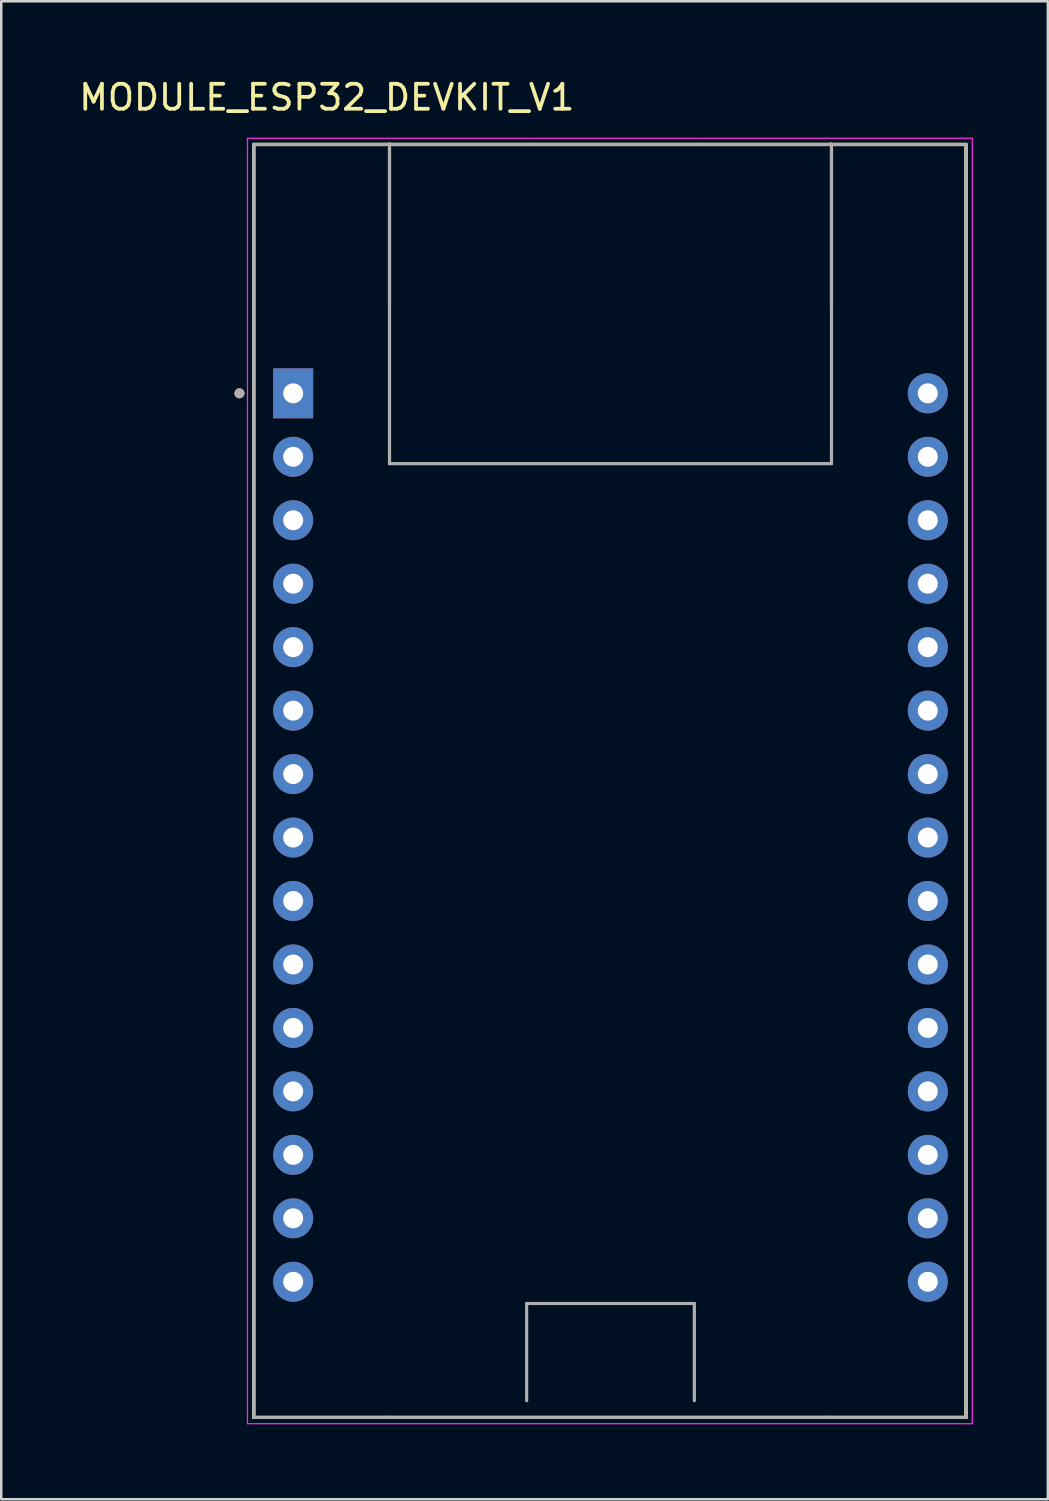
<source format=kicad_pcb>
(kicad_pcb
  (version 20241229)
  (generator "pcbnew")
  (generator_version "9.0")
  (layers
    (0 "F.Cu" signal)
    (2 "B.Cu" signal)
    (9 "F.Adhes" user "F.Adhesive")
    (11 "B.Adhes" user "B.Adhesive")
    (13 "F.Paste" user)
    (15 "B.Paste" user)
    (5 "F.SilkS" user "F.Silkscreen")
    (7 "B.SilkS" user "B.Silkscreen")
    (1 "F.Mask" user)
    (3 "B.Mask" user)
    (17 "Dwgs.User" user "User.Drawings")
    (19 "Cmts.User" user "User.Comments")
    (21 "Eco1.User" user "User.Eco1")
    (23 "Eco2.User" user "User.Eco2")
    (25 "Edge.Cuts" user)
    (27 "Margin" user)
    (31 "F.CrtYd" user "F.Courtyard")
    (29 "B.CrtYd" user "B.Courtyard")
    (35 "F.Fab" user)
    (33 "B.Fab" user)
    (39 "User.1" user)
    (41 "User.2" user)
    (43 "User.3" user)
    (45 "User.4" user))
  (footprint "MODULE_ESP32_DEVKIT_V1"
    (layer "F.Cu")
    (at 21.385 28.208)
    (property "Reference" "MODULE_ESP32_DEVKIT_V1" (at -11.355 -27.36 0) (layer "F.SilkS") (effects (font (size 1 1) (thickness 0.15))))
    (attr through_hole)
    (fp_line (start -14.28 -25.475) (end -3.211 -25.475) (stroke (width 0.127) (type solid)) (layer "F.SilkS"))
    (fp_line (start -14.28 -25.475) (end 14.23 -25.475) (stroke (width 0.127) (type solid)) (layer "F.SilkS"))
    (fp_line (start -14.28 25.475) (end -14.28 -25.475) (stroke (width 0.127) (type solid)) (layer "F.SilkS"))
    (fp_line (start -14.28 25.475) (end -14.28 -25.475) (stroke (width 0.127) (type solid)) (layer "F.SilkS"))
    (fp_line (start -14.28 25.475) (end -8.91 25.475) (stroke (width 0.127) (type solid)) (layer "F.SilkS"))
    (fp_line (start -8.91 25.475) (end 8.78 25.475) (stroke (width 0.127) (type solid)) (layer "F.SilkS"))
    (fp_line (start -3.211 -25.475) (end 3.5 -25.475) (stroke (width 0.127) (type solid)) (layer "F.SilkS"))
    (fp_line (start 3.5 -25.475) (end 14.23 -25.475) (stroke (width 0.127) (type solid)) (layer "F.SilkS"))
    (fp_line (start 8.78 25.475) (end 14.23 25.475) (stroke (width 0.127) (type solid)) (layer "F.SilkS"))
    (fp_line (start 14.23 -25.475) (end 14.23 25.475) (stroke (width 0.127) (type solid)) (layer "F.SilkS"))
    (fp_line (start 14.23 -25.475) (end 14.23 25.475) (stroke (width 0.127) (type solid)) (layer "F.SilkS"))
    (fp_line (start 14.23 25.475) (end -14.28 25.475) (stroke (width 0.127) (type solid)) (layer "F.SilkS"))
    (fp_circle (center -14.85 -15.515) (end -14.75 -15.515) (stroke (width 0.2) (type solid)) (fill no) (layer "F.SilkS"))
    (fp_line (start -14.53 -25.725) (end -14.53 25.725) (stroke (width 0.05) (type solid)) (layer "F.CrtYd"))
    (fp_line (start -14.53 25.725) (end 14.48 25.725) (stroke (width 0.05) (type solid)) (layer "F.CrtYd"))
    (fp_line (start 14.48 -25.725) (end -14.53 -25.725) (stroke (width 0.05) (type solid)) (layer "F.CrtYd"))
    (fp_line (start 14.48 25.725) (end 14.48 -25.725) (stroke (width 0.05) (type solid)) (layer "F.CrtYd"))
    (fp_line (start -14.28 -25.475) (end -3.211 -25.475) (stroke (width 0.127) (type solid)) (layer "F.Fab"))
    (fp_line (start -14.28 25.475) (end -14.28 -25.475) (stroke (width 0.127) (type solid)) (layer "F.Fab"))
    (fp_line (start -14.28 25.475) (end -8.91 25.475) (stroke (width 0.127) (type solid)) (layer "F.Fab"))
    (fp_line (start -8.91 25.475) (end 8.78 25.475) (stroke (width 0.127) (type solid)) (layer "F.Fab"))
    (fp_line (start -8.845 -19.015) (end -8.845 -25.505) (stroke (width 0.127) (type solid)) (layer "F.Fab"))
    (fp_line (start -8.845 -12.7) (end -8.845 -25.33) (stroke (width 0.127) (type solid)) (layer "F.Fab"))
    (fp_line (start -3.356 20.915) (end 3.356 20.915) (stroke (width 0.127) (type solid)) (layer "F.Fab"))
    (fp_line (start -3.356 24.805) (end -3.356 20.915) (stroke (width 0.127) (type solid)) (layer "F.Fab"))
    (fp_line (start -3.211 -25.475) (end 3.5 -25.475) (stroke (width 0.127) (type solid)) (layer "F.Fab"))
    (fp_line (start 3.356 20.915) (end 3.356 24.805) (stroke (width 0.127) (type solid)) (layer "F.Fab"))
    (fp_line (start 3.5 -25.475) (end 14.23 -25.475) (stroke (width 0.127) (type solid)) (layer "F.Fab"))
    (fp_line (start 8.78 25.475) (end 14.23 25.475) (stroke (width 0.127) (type solid)) (layer "F.Fab"))
    (fp_line (start 8.845 -25.505) (end 8.845 -19.015) (stroke (width 0.127) (type solid)) (layer "F.Fab"))
    (fp_line (start 8.845 -25.33) (end 8.845 -12.7) (stroke (width 0.127) (type solid)) (layer "F.Fab"))
    (fp_line (start 8.845 -12.7) (end -8.845 -12.7) (stroke (width 0.127) (type solid)) (layer "F.Fab"))
    (fp_line (start 14.23 -25.475) (end 14.23 25.475) (stroke (width 0.127) (type solid)) (layer "F.Fab"))
    (fp_circle (center -14.85 -15.515) (end -14.75 -15.515) (stroke (width 0.2) (type solid)) (fill no) (layer "F.Fab"))
    (pad "1" thru_hole rect (at -12.7 -15.515) (size 1.6 2) (drill 0.8) (layers "*.Cu" "*.Mask"))
    (pad "2" thru_hole circle (at -12.7 -12.975) (size 1.6 1.6) (drill 0.8) (layers "*.Cu" "*.Mask"))
    (pad "3" thru_hole circle (at -12.7 -10.435) (size 1.6 1.6) (drill 0.8) (layers "*.Cu" "*.Mask"))
    (pad "4" thru_hole circle (at -12.7 -7.895) (size 1.6 1.6) (drill 0.8) (layers "*.Cu" "*.Mask"))
    (pad "5" thru_hole circle (at -12.7 -5.355) (size 1.6 1.6) (drill 0.8) (layers "*.Cu" "*.Mask"))
    (pad "6" thru_hole circle (at -12.7 -2.815) (size 1.6 1.6) (drill 0.8) (layers "*.Cu" "*.Mask"))
    (pad "7" thru_hole circle (at -12.7 -0.275) (size 1.6 1.6) (drill 0.8) (layers "*.Cu" "*.Mask"))
    (pad "8" thru_hole circle (at -12.7 2.265) (size 1.6 1.6) (drill 0.8) (layers "*.Cu" "*.Mask"))
    (pad "9" thru_hole circle (at -12.7 4.805) (size 1.6 1.6) (drill 0.8) (layers "*.Cu" "*.Mask"))
    (pad "10" thru_hole circle (at -12.7 7.345) (size 1.6 1.6) (drill 0.8) (layers "*.Cu" "*.Mask"))
    (pad "11" thru_hole circle (at -12.7 9.885) (size 1.6 1.6) (drill 0.8) (layers "*.Cu" "*.Mask"))
    (pad "12" thru_hole circle (at -12.7 12.425) (size 1.6 1.6) (drill 0.8) (layers "*.Cu" "*.Mask"))
    (pad "13" thru_hole circle (at -12.7 14.965) (size 1.6 1.6) (drill 0.8) (layers "*.Cu" "*.Mask"))
    (pad "14" thru_hole circle (at -12.7 17.505) (size 1.6 1.6) (drill 0.8) (layers "*.Cu" "*.Mask"))
    (pad "15" thru_hole circle (at -12.7 20.045) (size 1.6 1.6) (drill 0.8) (layers "*.Cu" "*.Mask"))
    (pad "16" thru_hole circle (at 12.7 20.045) (size 1.6 1.6) (drill 0.8) (layers "*.Cu" "*.Mask"))
    (pad "17" thru_hole circle (at 12.7 17.505) (size 1.6 1.6) (drill 0.8) (layers "*.Cu" "*.Mask"))
    (pad "18" thru_hole circle (at 12.7 14.965) (size 1.6 1.6) (drill 0.8) (layers "*.Cu" "*.Mask"))
    (pad "19" thru_hole circle (at 12.7 12.425) (size 1.6 1.6) (drill 0.8) (layers "*.Cu" "*.Mask"))
    (pad "20" thru_hole circle (at 12.7 9.885) (size 1.6 1.6) (drill 0.8) (layers "*.Cu" "*.Mask"))
    (pad "21" thru_hole circle (at 12.7 7.345) (size 1.6 1.6) (drill 0.8) (layers "*.Cu" "*.Mask"))
    (pad "22" thru_hole circle (at 12.7 4.805) (size 1.6 1.6) (drill 0.8) (layers "*.Cu" "*.Mask"))
    (pad "23" thru_hole circle (at 12.7 2.265) (size 1.6 1.6) (drill 0.8) (layers "*.Cu" "*.Mask"))
    (pad "24" thru_hole circle (at 12.7 -0.275) (size 1.6 1.6) (drill 0.8) (layers "*.Cu" "*.Mask"))
    (pad "25" thru_hole circle (at 12.7 -2.815) (size 1.6 1.6) (drill 0.8) (layers "*.Cu" "*.Mask"))
    (pad "26" thru_hole circle (at 12.7 -5.355) (size 1.6 1.6) (drill 0.8) (layers "*.Cu" "*.Mask"))
    (pad "27" thru_hole circle (at 12.7 -7.895) (size 1.6 1.6) (drill 0.8) (layers "*.Cu" "*.Mask"))
    (pad "28" thru_hole circle (at 12.7 -10.435) (size 1.6 1.6) (drill 0.8) (layers "*.Cu" "*.Mask"))
    (pad "29" thru_hole circle (at 12.7 -12.975) (size 1.6 1.6) (drill 0.8) (layers "*.Cu" "*.Mask"))
    (pad "30" thru_hole circle (at 12.7 -15.515) (size 1.6 1.6) (drill 0.8) (layers "*.Cu" "*.Mask")))
  (gr_rect
    (start -3 -3)
    (end 38.89 56.958)
    (stroke (width 0.1) (type default))
    (fill no)
    (layer "Edge.Cuts")))
</source>
